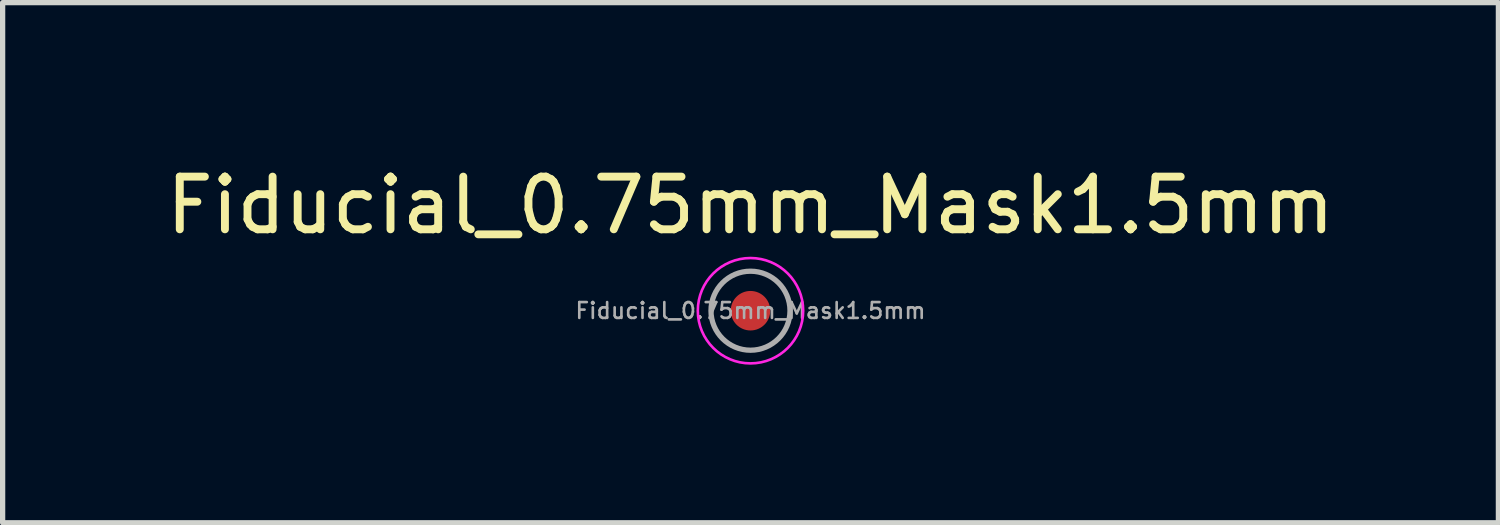
<source format=kicad_pcb>
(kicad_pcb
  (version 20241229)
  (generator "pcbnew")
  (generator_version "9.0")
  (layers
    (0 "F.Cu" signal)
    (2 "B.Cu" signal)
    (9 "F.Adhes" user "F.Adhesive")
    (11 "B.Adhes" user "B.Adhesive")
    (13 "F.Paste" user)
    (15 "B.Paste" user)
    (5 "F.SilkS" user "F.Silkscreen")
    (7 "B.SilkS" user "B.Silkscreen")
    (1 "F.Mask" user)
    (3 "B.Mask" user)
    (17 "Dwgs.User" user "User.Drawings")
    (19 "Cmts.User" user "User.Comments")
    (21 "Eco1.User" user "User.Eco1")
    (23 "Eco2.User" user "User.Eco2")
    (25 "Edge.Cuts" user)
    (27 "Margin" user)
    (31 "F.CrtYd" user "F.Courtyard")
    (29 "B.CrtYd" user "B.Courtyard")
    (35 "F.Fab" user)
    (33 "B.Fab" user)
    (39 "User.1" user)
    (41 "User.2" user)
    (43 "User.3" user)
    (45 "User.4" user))
  (footprint "Fiducial_0.75mm_Mask1.5mm"
    (layer "F.Cu")
    (at 11.196 2.848)
    (property "Reference" "Fiducial_0.75mm_Mask1.5mm" (at 0 -2 0) (layer "F.SilkS") (effects (font (size 1 1) (thickness 0.15))))
    (attr exclude_from_pos_files)
    (fp_circle (center 0 0) (end 1 0) (stroke (width 0.05) (type solid)) (fill no) (layer "F.CrtYd"))
    (fp_circle (center 0 0) (end 0.75 0) (stroke (width 0.1) (type solid)) (fill no) (layer "F.Fab"))
    (fp_text user "${REFERENCE}" (at 0 0 0) (layer "F.Fab") (effects (font (size 0.3 0.3) (thickness 0.05))))
    (pad "" smd circle (at 0 0) (size 0.75 0.75) (layers "F.Cu" "F.Mask")))
  (gr_rect
    (start -3 -3)
    (end 25.393 6.873)
    (stroke (width 0.1) (type default))
    (fill no)
    (layer "Edge.Cuts")))
</source>
